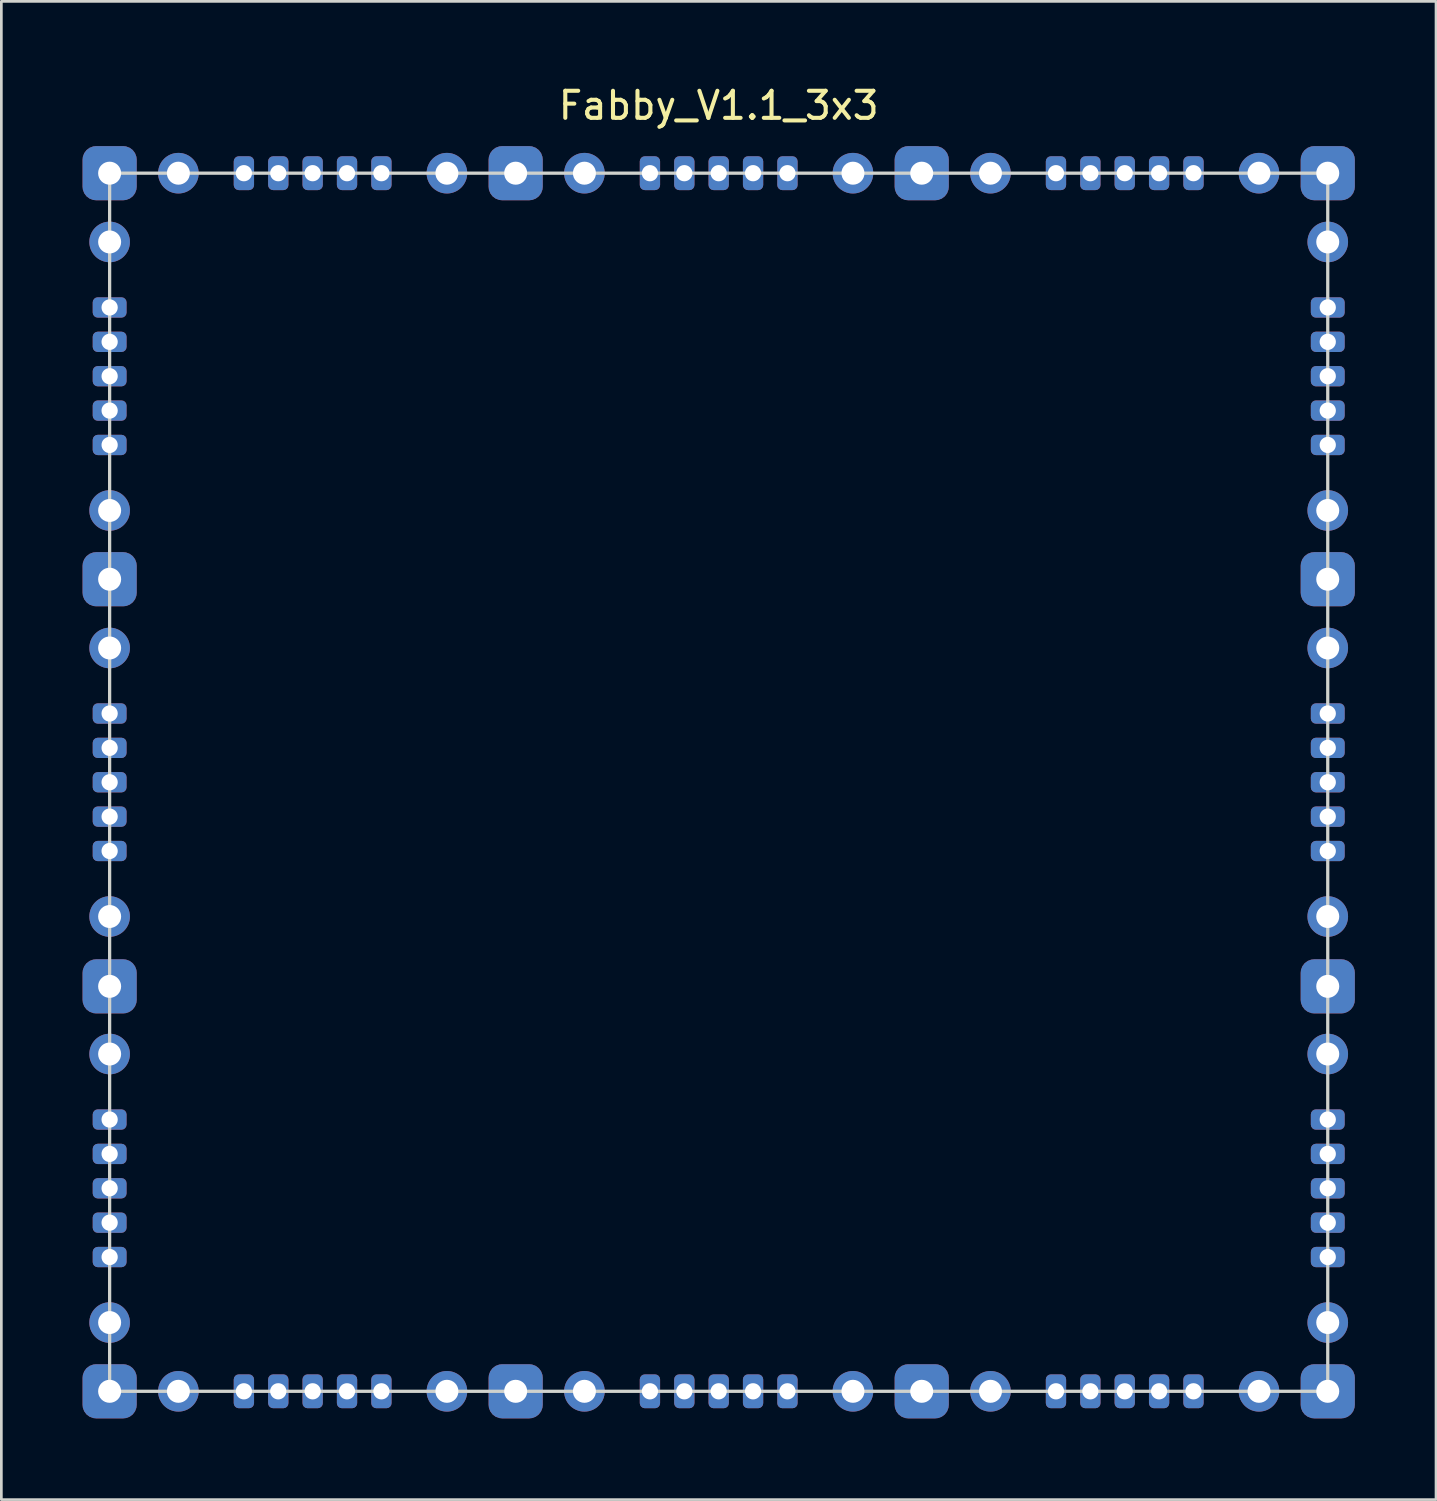
<source format=kicad_pcb>
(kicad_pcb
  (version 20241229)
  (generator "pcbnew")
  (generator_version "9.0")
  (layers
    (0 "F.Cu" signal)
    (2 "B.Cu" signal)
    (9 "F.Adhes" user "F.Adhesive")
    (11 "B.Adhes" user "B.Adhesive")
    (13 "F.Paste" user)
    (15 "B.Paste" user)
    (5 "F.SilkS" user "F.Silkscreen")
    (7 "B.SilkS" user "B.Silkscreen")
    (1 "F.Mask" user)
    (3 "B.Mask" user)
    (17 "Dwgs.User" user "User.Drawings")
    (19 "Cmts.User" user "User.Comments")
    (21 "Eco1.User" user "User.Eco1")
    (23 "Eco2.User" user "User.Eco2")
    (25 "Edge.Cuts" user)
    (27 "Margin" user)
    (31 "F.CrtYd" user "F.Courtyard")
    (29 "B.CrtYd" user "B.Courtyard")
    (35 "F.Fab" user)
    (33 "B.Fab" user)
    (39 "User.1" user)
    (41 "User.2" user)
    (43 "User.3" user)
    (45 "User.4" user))
  (footprint "Fabby_V1.1_3x3"
    (layer "F.Cu")
    (at 23.5 25.848)
    (property "Reference" "Fabby_V1.1_3x3" (at 0 -25 0) (layer "F.SilkS") (effects (font (size 1 1) (thickness 0.15))))
    (attr through_hole)
    (fp_line (start -22.5 -22.5) (end 22.5 -22.5) (stroke (width 0.12) (type solid)) (layer "Edge.Cuts"))
    (fp_line (start -22.5 22.5) (end -22.5 -22.5) (stroke (width 0.12) (type solid)) (layer "Edge.Cuts"))
    (fp_line (start 22.5 -22.5) (end 22.5 22.5) (stroke (width 0.12) (type solid)) (layer "Edge.Cuts"))
    (fp_line (start 22.5 22.5) (end -22.5 22.5) (stroke (width 0.12) (type solid)) (layer "Edge.Cuts"))
    (pad "1" thru_hole roundrect (at -22.5 -22.5 270) (size 2 2) (drill 0.85) (layers "*.Cu" "*.Mask") (roundrect_rratio 0.25))
    (pad "2" thru_hole circle (at -19.96 -22.5 270) (size 1.5 1.5) (drill 0.85) (layers "*.Cu" "*.Mask"))
    (pad "3" thru_hole circle (at -10.04 -22.5 270) (size 1.5 1.5) (drill 0.85) (layers "*.Cu" "*.Mask"))
    (pad "4" thru_hole roundrect (at -7.5 -22.5 270) (size 2 2) (drill 0.85) (layers "*.Cu" "*.Mask") (roundrect_rratio 0.25))
    (pad "5" thru_hole circle (at -4.96 -22.5 270) (size 1.5 1.5) (drill 0.85) (layers "*.Cu" "*.Mask"))
    (pad "6" thru_hole circle (at 4.96 -22.5 270) (size 1.5 1.5) (drill 0.85) (layers "*.Cu" "*.Mask"))
    (pad "7" thru_hole roundrect (at 7.5 -22.5 270) (size 2 2) (drill 0.85) (layers "*.Cu" "*.Mask") (roundrect_rratio 0.25))
    (pad "8" thru_hole circle (at 10.04 -22.5 270) (size 1.5 1.5) (drill 0.85) (layers "*.Cu" "*.Mask"))
    (pad "9" thru_hole circle (at 19.96 -22.5 270) (size 1.5 1.5) (drill 0.85) (layers "*.Cu" "*.Mask"))
    (pad "10" thru_hole roundrect (at 22.5 -22.5 270) (size 2 2) (drill 0.85) (layers "*.Cu" "*.Mask") (roundrect_rratio 0.25))
    (pad "11" thru_hole circle (at 22.5 -19.96 270) (size 1.5 1.5) (drill 0.85) (layers "*.Cu" "*.Mask"))
    (pad "12" thru_hole circle (at 22.5 -10.04 270) (size 1.5 1.5) (drill 0.85) (layers "*.Cu" "*.Mask"))
    (pad "13" thru_hole roundrect (at 22.5 -7.5 270) (size 2 2) (drill 0.85) (layers "*.Cu" "*.Mask") (roundrect_rratio 0.25))
    (pad "14" thru_hole circle (at 22.5 -4.96 270) (size 1.5 1.5) (drill 0.85) (layers "*.Cu" "*.Mask"))
    (pad "15" thru_hole circle (at 22.5 4.96 270) (size 1.5 1.5) (drill 0.85) (layers "*.Cu" "*.Mask"))
    (pad "16" thru_hole roundrect (at 22.5 7.54 270) (size 2 2) (drill 0.85) (layers "*.Cu" "*.Mask") (roundrect_rratio 0.25))
    (pad "17" thru_hole circle (at 22.5 10.04 270) (size 1.5 1.5) (drill 0.85) (layers "*.Cu" "*.Mask"))
    (pad "18" thru_hole circle (at 22.5 19.96 270) (size 1.5 1.5) (drill 0.85) (layers "*.Cu" "*.Mask"))
    (pad "19" thru_hole roundrect (at 22.5 22.5 270) (size 2 2) (drill 0.85) (layers "*.Cu" "*.Mask") (roundrect_rratio 0.25))
    (pad "20" thru_hole circle (at 19.96 22.5 270) (size 1.5 1.5) (drill 0.85) (layers "*.Cu" "*.Mask"))
    (pad "21" thru_hole circle (at 10.04 22.5 270) (size 1.5 1.5) (drill 0.85) (layers "*.Cu" "*.Mask"))
    (pad "22" thru_hole roundrect (at 7.5 22.5 270) (size 2 2) (drill 0.85) (layers "*.Cu" "*.Mask") (roundrect_rratio 0.25))
    (pad "23" thru_hole circle (at 4.96 22.5 270) (size 1.5 1.5) (drill 0.85) (layers "*.Cu" "*.Mask"))
    (pad "24" thru_hole circle (at -4.96 22.5 270) (size 1.5 1.5) (drill 0.85) (layers "*.Cu" "*.Mask"))
    (pad "25" thru_hole roundrect (at -7.5 22.5 270) (size 2 2) (drill 0.85) (layers "*.Cu" "*.Mask") (roundrect_rratio 0.25))
    (pad "26" thru_hole circle (at -10.04 22.5 270) (size 1.5 1.5) (drill 0.85) (layers "*.Cu" "*.Mask"))
    (pad "27" thru_hole circle (at -19.96 22.5 270) (size 1.5 1.5) (drill 0.85) (layers "*.Cu" "*.Mask"))
    (pad "28" thru_hole roundrect (at -22.5 22.5 270) (size 2 2) (drill 0.85) (layers "*.Cu" "*.Mask") (roundrect_rratio 0.25))
    (pad "29" thru_hole circle (at -22.5 19.96 270) (size 1.5 1.5) (drill 0.85) (layers "*.Cu" "*.Mask"))
    (pad "30" thru_hole circle (at -22.5 10.04 270) (size 1.5 1.5) (drill 0.85) (layers "*.Cu" "*.Mask"))
    (pad "31" thru_hole roundrect (at -22.5 7.54 270) (size 2 2) (drill 0.85) (layers "*.Cu" "*.Mask") (roundrect_rratio 0.25))
    (pad "32" thru_hole circle (at -22.5 4.96 270) (size 1.5 1.5) (drill 0.85) (layers "*.Cu" "*.Mask"))
    (pad "33" thru_hole circle (at -22.5 -4.96 270) (size 1.5 1.5) (drill 0.85) (layers "*.Cu" "*.Mask"))
    (pad "34" thru_hole roundrect (at -22.5 -7.5 270) (size 2 2) (drill 0.85) (layers "*.Cu" "*.Mask") (roundrect_rratio 0.25))
    (pad "35" thru_hole circle (at -22.5 -10.04 270) (size 1.5 1.5) (drill 0.85) (layers "*.Cu" "*.Mask"))
    (pad "36" thru_hole circle (at -22.5 -19.96 270) (size 1.5 1.5) (drill 0.85) (layers "*.Cu" "*.Mask"))
    (pad "37" thru_hole roundrect (at -17.54 -22.5 90) (size 1.25 0.75) (drill 0.6) (layers "*.Cu" "*.Mask") (roundrect_rratio 0.25))
    (pad "38" thru_hole roundrect (at -16.27 -22.5 90) (size 1.25 0.75) (drill 0.6) (layers "*.Cu" "*.Mask") (roundrect_rratio 0.25))
    (pad "39" thru_hole roundrect (at -15 -22.5 90) (size 1.25 0.75) (drill 0.6) (layers "*.Cu" "*.Mask") (roundrect_rratio 0.25))
    (pad "40" thru_hole roundrect (at -13.73 -22.5 90) (size 1.25 0.75) (drill 0.6) (layers "*.Cu" "*.Mask") (roundrect_rratio 0.25))
    (pad "41" thru_hole roundrect (at -12.46 -22.5 90) (size 1.25 0.75) (drill 0.6) (layers "*.Cu" "*.Mask") (roundrect_rratio 0.25))
    (pad "42" thru_hole roundrect (at -2.54 -22.5 90) (size 1.25 0.75) (drill 0.6) (layers "*.Cu" "*.Mask") (roundrect_rratio 0.25))
    (pad "43" thru_hole roundrect (at -1.27 -22.5 90) (size 1.25 0.75) (drill 0.6) (layers "*.Cu" "*.Mask") (roundrect_rratio 0.25))
    (pad "44" thru_hole roundrect (at 0 -22.5 90) (size 1.25 0.75) (drill 0.6) (layers "*.Cu" "*.Mask") (roundrect_rratio 0.25))
    (pad "45" thru_hole roundrect (at 1.27 -22.5 90) (size 1.25 0.75) (drill 0.6) (layers "*.Cu" "*.Mask") (roundrect_rratio 0.25))
    (pad "46" thru_hole roundrect (at 2.54 -22.5 90) (size 1.25 0.75) (drill 0.6) (layers "*.Cu" "*.Mask") (roundrect_rratio 0.25))
    (pad "47" thru_hole roundrect (at 12.46 -22.5 90) (size 1.25 0.75) (drill 0.6) (layers "*.Cu" "*.Mask") (roundrect_rratio 0.25))
    (pad "48" thru_hole roundrect (at 13.73 -22.5 90) (size 1.25 0.75) (drill 0.6) (layers "*.Cu" "*.Mask") (roundrect_rratio 0.25))
    (pad "49" thru_hole roundrect (at 15 -22.5 90) (size 1.25 0.75) (drill 0.6) (layers "*.Cu" "*.Mask") (roundrect_rratio 0.25))
    (pad "50" thru_hole roundrect (at 16.27 -22.5 90) (size 1.25 0.75) (drill 0.6) (layers "*.Cu" "*.Mask") (roundrect_rratio 0.25))
    (pad "51" thru_hole roundrect (at 17.54 -22.5 90) (size 1.25 0.75) (drill 0.6) (layers "*.Cu" "*.Mask") (roundrect_rratio 0.25))
    (pad "52" thru_hole roundrect (at 22.5 -17.54) (size 1.25 0.75) (drill 0.6) (layers "*.Cu" "*.Mask") (roundrect_rratio 0.25))
    (pad "53" thru_hole roundrect (at 22.5 -16.27) (size 1.25 0.75) (drill 0.6) (layers "*.Cu" "*.Mask") (roundrect_rratio 0.25))
    (pad "54" thru_hole roundrect (at 22.5 -15) (size 1.25 0.75) (drill 0.6) (layers "*.Cu" "*.Mask") (roundrect_rratio 0.25))
    (pad "55" thru_hole roundrect (at 22.5 -13.73) (size 1.25 0.75) (drill 0.6) (layers "*.Cu" "*.Mask") (roundrect_rratio 0.25))
    (pad "56" thru_hole roundrect (at 22.5 -12.46) (size 1.25 0.75) (drill 0.6) (layers "*.Cu" "*.Mask") (roundrect_rratio 0.25))
    (pad "57" thru_hole roundrect (at 22.5 -2.54) (size 1.25 0.75) (drill 0.6) (layers "*.Cu" "*.Mask") (roundrect_rratio 0.25))
    (pad "58" thru_hole roundrect (at 22.5 -1.27) (size 1.25 0.75) (drill 0.6) (layers "*.Cu" "*.Mask") (roundrect_rratio 0.25))
    (pad "59" thru_hole roundrect (at 22.5 0) (size 1.25 0.75) (drill 0.6) (layers "*.Cu" "*.Mask") (roundrect_rratio 0.25))
    (pad "60" thru_hole roundrect (at 22.5 1.27) (size 1.25 0.75) (drill 0.6) (layers "*.Cu" "*.Mask") (roundrect_rratio 0.25))
    (pad "61" thru_hole roundrect (at 22.5 2.54) (size 1.25 0.75) (drill 0.6) (layers "*.Cu" "*.Mask") (roundrect_rratio 0.25))
    (pad "62" thru_hole roundrect (at 22.5 12.46) (size 1.25 0.75) (drill 0.6) (layers "*.Cu" "*.Mask") (roundrect_rratio 0.25))
    (pad "63" thru_hole roundrect (at 22.5 13.73) (size 1.25 0.75) (drill 0.6) (layers "*.Cu" "*.Mask") (roundrect_rratio 0.25))
    (pad "64" thru_hole roundrect (at 22.5 15) (size 1.25 0.75) (drill 0.6) (layers "*.Cu" "*.Mask") (roundrect_rratio 0.25))
    (pad "65" thru_hole roundrect (at 22.5 16.27) (size 1.25 0.75) (drill 0.6) (layers "*.Cu" "*.Mask") (roundrect_rratio 0.25))
    (pad "66" thru_hole roundrect (at 22.5 17.54) (size 1.25 0.75) (drill 0.6) (layers "*.Cu" "*.Mask") (roundrect_rratio 0.25))
    (pad "67" thru_hole roundrect (at 17.54 22.5 270) (size 1.25 0.75) (drill 0.6) (layers "*.Cu" "*.Mask") (roundrect_rratio 0.25))
    (pad "68" thru_hole roundrect (at 16.27 22.5 270) (size 1.25 0.75) (drill 0.6) (layers "*.Cu" "*.Mask") (roundrect_rratio 0.25))
    (pad "69" thru_hole roundrect (at 15 22.5 270) (size 1.25 0.75) (drill 0.6) (layers "*.Cu" "*.Mask") (roundrect_rratio 0.25))
    (pad "70" thru_hole roundrect (at 13.73 22.5 270) (size 1.25 0.75) (drill 0.6) (layers "*.Cu" "*.Mask") (roundrect_rratio 0.25))
    (pad "71" thru_hole roundrect (at 12.46 22.5 270) (size 1.25 0.75) (drill 0.6) (layers "*.Cu" "*.Mask") (roundrect_rratio 0.25))
    (pad "72" thru_hole roundrect (at 2.54 22.5 270) (size 1.25 0.75) (drill 0.6) (layers "*.Cu" "*.Mask") (roundrect_rratio 0.25))
    (pad "73" thru_hole roundrect (at 1.27 22.5 270) (size 1.25 0.75) (drill 0.6) (layers "*.Cu" "*.Mask") (roundrect_rratio 0.25))
    (pad "74" thru_hole roundrect (at 0 22.5 270) (size 1.25 0.75) (drill 0.6) (layers "*.Cu" "*.Mask") (roundrect_rratio 0.25))
    (pad "75" thru_hole roundrect (at -1.27 22.5 270) (size 1.25 0.75) (drill 0.6) (layers "*.Cu" "*.Mask") (roundrect_rratio 0.25))
    (pad "76" thru_hole roundrect (at -2.54 22.5 270) (size 1.25 0.75) (drill 0.6) (layers "*.Cu" "*.Mask") (roundrect_rratio 0.25))
    (pad "77" thru_hole roundrect (at -12.46 22.5 270) (size 1.25 0.75) (drill 0.6) (layers "*.Cu" "*.Mask") (roundrect_rratio 0.25))
    (pad "78" thru_hole roundrect (at -13.73 22.5 270) (size 1.25 0.75) (drill 0.6) (layers "*.Cu" "*.Mask") (roundrect_rratio 0.25))
    (pad "79" thru_hole roundrect (at -15 22.5 270) (size 1.25 0.75) (drill 0.6) (layers "*.Cu" "*.Mask") (roundrect_rratio 0.25))
    (pad "80" thru_hole roundrect (at -16.27 22.5 270) (size 1.25 0.75) (drill 0.6) (layers "*.Cu" "*.Mask") (roundrect_rratio 0.25))
    (pad "81" thru_hole roundrect (at -17.54 22.5 270) (size 1.25 0.75) (drill 0.6) (layers "*.Cu" "*.Mask") (roundrect_rratio 0.25))
    (pad "82" thru_hole roundrect (at -22.5 17.54) (size 1.25 0.75) (drill 0.6) (layers "*.Cu" "*.Mask") (roundrect_rratio 0.25))
    (pad "83" thru_hole roundrect (at -22.5 16.27) (size 1.25 0.75) (drill 0.6) (layers "*.Cu" "*.Mask") (roundrect_rratio 0.25))
    (pad "84" thru_hole roundrect (at -22.5 15) (size 1.25 0.75) (drill 0.6) (layers "*.Cu" "*.Mask") (roundrect_rratio 0.25))
    (pad "85" thru_hole roundrect (at -22.5 13.73) (size 1.25 0.75) (drill 0.6) (layers "*.Cu" "*.Mask") (roundrect_rratio 0.25))
    (pad "86" thru_hole roundrect (at -22.5 12.46) (size 1.25 0.75) (drill 0.6) (layers "*.Cu" "*.Mask") (roundrect_rratio 0.25))
    (pad "87" thru_hole roundrect (at -22.5 2.54) (size 1.25 0.75) (drill 0.6) (layers "*.Cu" "*.Mask") (roundrect_rratio 0.25))
    (pad "88" thru_hole roundrect (at -22.5 1.27) (size 1.25 0.75) (drill 0.6) (layers "*.Cu" "*.Mask") (roundrect_rratio 0.25))
    (pad "89" thru_hole roundrect (at -22.5 0) (size 1.25 0.75) (drill 0.6) (layers "*.Cu" "*.Mask") (roundrect_rratio 0.25))
    (pad "90" thru_hole roundrect (at -22.5 -1.27) (size 1.25 0.75) (drill 0.6) (layers "*.Cu" "*.Mask") (roundrect_rratio 0.25))
    (pad "91" thru_hole roundrect (at -22.5 -2.54) (size 1.25 0.75) (drill 0.6) (layers "*.Cu" "*.Mask") (roundrect_rratio 0.25))
    (pad "92" thru_hole roundrect (at -22.5 -12.46) (size 1.25 0.75) (drill 0.6) (layers "*.Cu" "*.Mask") (roundrect_rratio 0.25))
    (pad "93" thru_hole roundrect (at -22.5 -13.73) (size 1.25 0.75) (drill 0.6) (layers "*.Cu" "*.Mask") (roundrect_rratio 0.25))
    (pad "94" thru_hole roundrect (at -22.5 -15) (size 1.25 0.75) (drill 0.6) (layers "*.Cu" "*.Mask") (roundrect_rratio 0.25))
    (pad "95" thru_hole roundrect (at -22.5 -16.27) (size 1.25 0.75) (drill 0.6) (layers "*.Cu" "*.Mask") (roundrect_rratio 0.25))
    (pad "96" thru_hole roundrect (at -22.5 -17.54) (size 1.25 0.75) (drill 0.6) (layers "*.Cu" "*.Mask") (roundrect_rratio 0.25)))
  (gr_rect
    (start -3 -3)
    (end 50 52.348)
    (stroke (width 0.1) (type default))
    (fill no)
    (layer "Edge.Cuts")))
</source>
